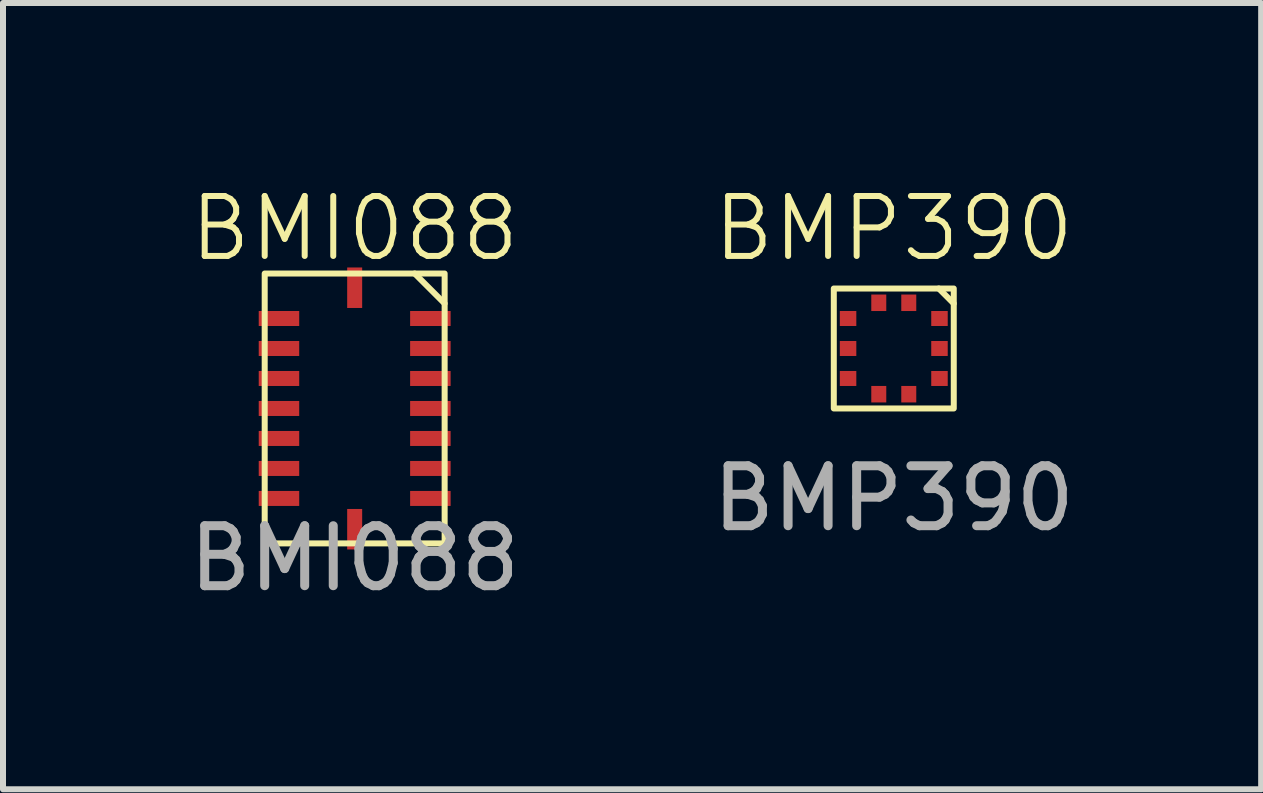
<source format=kicad_pcb>
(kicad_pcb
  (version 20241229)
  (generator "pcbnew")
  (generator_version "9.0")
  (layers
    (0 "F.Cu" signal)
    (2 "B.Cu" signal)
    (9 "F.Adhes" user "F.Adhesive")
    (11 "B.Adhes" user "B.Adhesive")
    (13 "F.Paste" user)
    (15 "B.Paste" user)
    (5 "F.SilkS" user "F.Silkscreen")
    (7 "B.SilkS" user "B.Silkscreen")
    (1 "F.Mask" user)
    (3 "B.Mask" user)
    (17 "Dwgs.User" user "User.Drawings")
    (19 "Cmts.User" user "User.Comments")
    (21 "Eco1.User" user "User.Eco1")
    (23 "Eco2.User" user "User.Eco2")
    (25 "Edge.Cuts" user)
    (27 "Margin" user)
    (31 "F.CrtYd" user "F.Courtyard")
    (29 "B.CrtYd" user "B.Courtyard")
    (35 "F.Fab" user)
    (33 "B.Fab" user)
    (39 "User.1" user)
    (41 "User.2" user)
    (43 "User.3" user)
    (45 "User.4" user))
  (footprint "BMP390"
    (layer "F.Cu")
    (at 11.851 2.76)
    (property "Reference" "BMP390" (at 0 -2 0) (unlocked yes) (layer "F.SilkS") (effects (font (size 1 1) (thickness 0.1))))
    (attr smd)
    (fp_line (start 0.75 -1) (end 1 -0.75) (stroke (width 0.1) (type default)) (layer "F.SilkS"))
    (fp_rect (start -1 -1) (end 1 1) (stroke (width 0.1) (type default)) (fill no) (layer "F.SilkS"))
    (fp_text user "${REFERENCE}" (at 0 2.5 0) (unlocked yes) (layer "F.Fab") (effects (font (size 1 1) (thickness 0.15))))
    (pad "1" smd rect (at 0.25 -0.762) (size 0.25 0.275) (layers "F.Cu" "F.Mask" "F.Paste"))
    (pad "2" smd rect (at -0.25 -0.762) (size 0.25 0.275) (layers "F.Cu" "F.Mask" "F.Paste"))
    (pad "3" smd rect (at -0.762 -0.5 90) (size 0.25 0.275) (layers "F.Cu" "F.Mask" "F.Paste"))
    (pad "4" smd rect (at -0.762 0 90) (size 0.25 0.275) (layers "F.Cu" "F.Mask" "F.Paste"))
    (pad "5" smd rect (at -0.762 0.5 90) (size 0.25 0.275) (layers "F.Cu" "F.Mask" "F.Paste"))
    (pad "6" smd rect (at -0.25 0.762) (size 0.25 0.275) (layers "F.Cu" "F.Mask" "F.Paste"))
    (pad "7" smd rect (at 0.25 0.762) (size 0.25 0.275) (layers "F.Cu" "F.Mask" "F.Paste"))
    (pad "8" smd rect (at 0.762 0.5 90) (size 0.25 0.275) (layers "F.Cu" "F.Mask" "F.Paste"))
    (pad "9" smd rect (at 0.762 0 90) (size 0.25 0.275) (layers "F.Cu" "F.Mask" "F.Paste"))
    (pad "10" smd rect (at 0.762 -0.5 90) (size 0.25 0.275) (layers "F.Cu" "F.Mask" "F.Paste")))
  (footprint "BMI088"
    (layer "F.Cu")
    (at 2.863 3.76)
    (property "Reference" "BMI088" (at 0 -3 0) (unlocked yes) (layer "F.SilkS") (effects (font (size 1 1) (thickness 0.1))))
    (attr smd)
    (fp_line (start 1 -2.25) (end 1.5 -1.75) (stroke (width 0.1) (type default)) (layer "F.SilkS"))
    (fp_rect (start -1.5 -2.25) (end 1.5 2.25) (stroke (width 0.1) (type default)) (fill no) (layer "F.SilkS"))
    (fp_text user "${REFERENCE}" (at 0 2.5 0) (unlocked yes) (layer "F.Fab") (effects (font (size 1 1) (thickness 0.15))))
    (pad "1" smd rect (at 1.262 -1.5) (size 0.675 0.25) (layers "F.Cu" "F.Mask" "F.Paste"))
    (pad "2" smd rect (at 1.262 -1) (size 0.675 0.25) (layers "F.Cu" "F.Mask" "F.Paste"))
    (pad "3" smd rect (at 1.262 -0.5) (size 0.675 0.25) (layers "F.Cu" "F.Mask" "F.Paste"))
    (pad "4" smd rect (at 1.262 0) (size 0.675 0.25) (layers "F.Cu" "F.Mask" "F.Paste"))
    (pad "5" smd rect (at 1.262 0.5) (size 0.675 0.25) (layers "F.Cu" "F.Mask" "F.Paste"))
    (pad "6" smd rect (at 1.262 1) (size 0.675 0.25) (layers "F.Cu" "F.Mask" "F.Paste"))
    (pad "7" smd rect (at 1.262 1.5) (size 0.675 0.25) (layers "F.Cu" "F.Mask" "F.Paste"))
    (pad "8" smd rect (at 0 2.013 90) (size 0.675 0.25) (layers "F.Cu" "F.Mask" "F.Paste"))
    (pad "9" smd rect (at -1.262 1.5) (size 0.675 0.25) (layers "F.Cu" "F.Mask" "F.Paste"))
    (pad "10" smd rect (at -1.262 1) (size 0.675 0.25) (layers "F.Cu" "F.Mask" "F.Paste"))
    (pad "11" smd rect (at -1.262 0.5) (size 0.675 0.25) (layers "F.Cu" "F.Mask" "F.Paste"))
    (pad "12" smd rect (at -1.262 0) (size 0.675 0.25) (layers "F.Cu" "F.Mask" "F.Paste"))
    (pad "13" smd rect (at -1.262 -0.5) (size 0.675 0.25) (layers "F.Cu" "F.Mask" "F.Paste"))
    (pad "14" smd rect (at -1.262 -1) (size 0.675 0.25) (layers "F.Cu" "F.Mask" "F.Paste"))
    (pad "15" smd rect (at -1.262 -1.5) (size 0.675 0.25) (layers "F.Cu" "F.Mask" "F.Paste"))
    (pad "16" smd rect (at 0 -2.013 90) (size 0.675 0.25) (layers "F.Cu" "F.Mask" "F.Paste")))
  (gr_rect
    (start -3 -3)
    (end 17.976 10.109)
    (stroke (width 0.1) (type default))
    (fill no)
    (layer "Edge.Cuts")))
</source>
